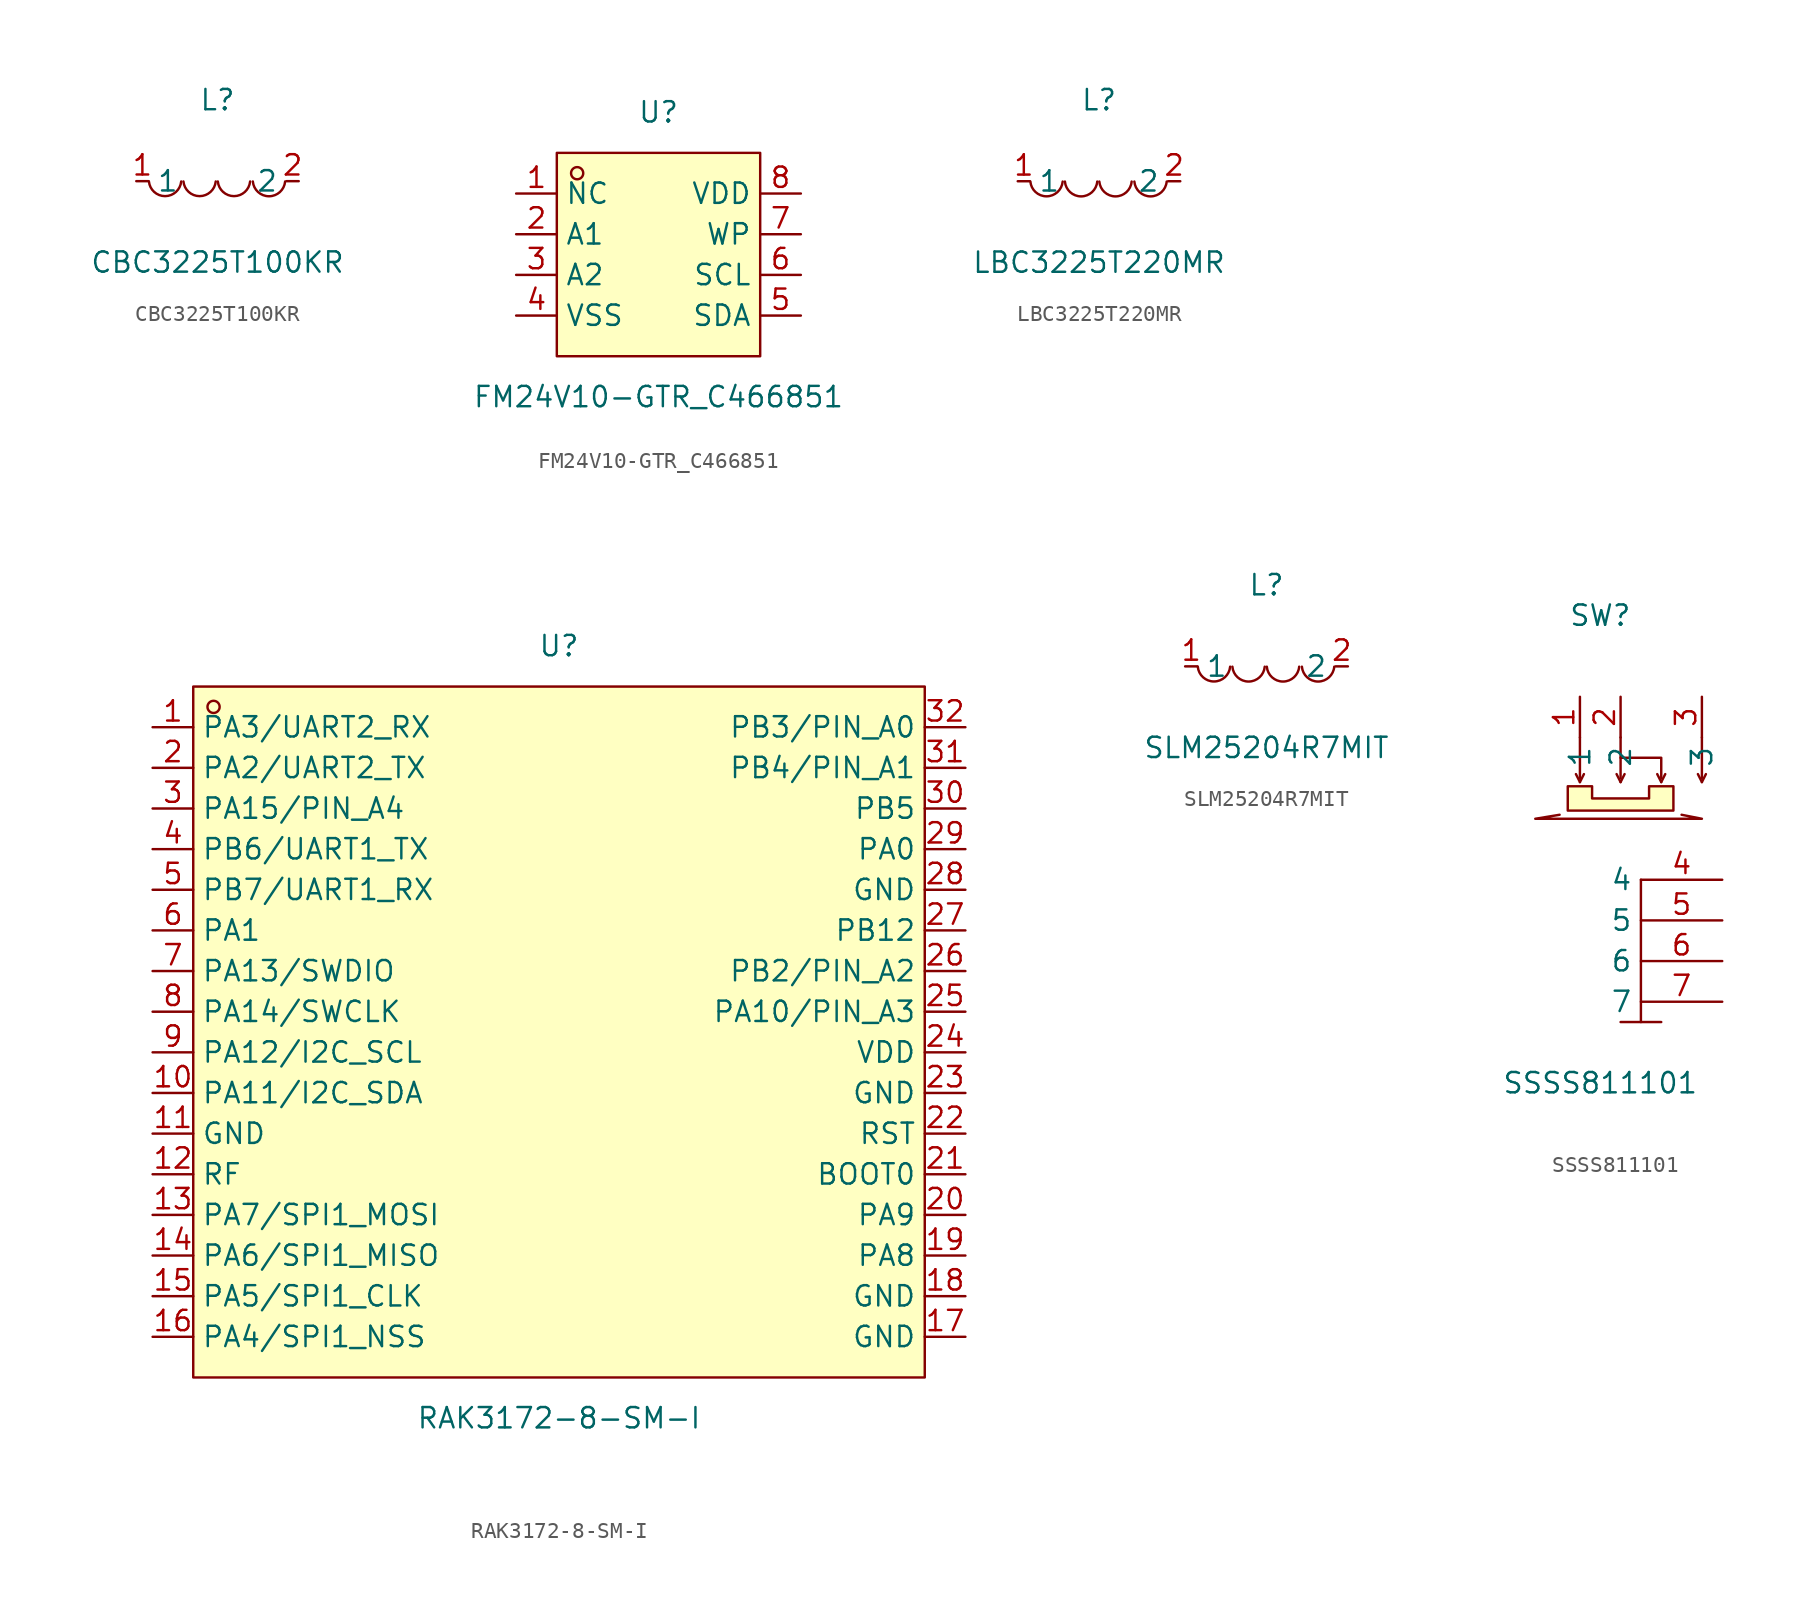
<source format=kicad_sym>
(kicad_symbol_lib
  (version 20241209)
  (generator "kicad_symbol_editor")
  (generator_version "9.0")
  (symbol "CBC3225T100KR"
    (property "Reference" "L"
      (at 0 5.08 0)
      (effects (font (size 1.27 1.27))))
    (property "Value" "CBC3225T100KR"
      (at 0 -5.08 0)
      (effects (font (size 1.27 1.27))))
    (symbol "CBC3225T100KR_0_1"
      (arc (start -2.27 -0.02) (mid -3.28 -0.937) (end -4.29 -0.02) (stroke (width 0) (type default)) (fill (type none)))
      (arc (start -0.11 -0.02) (mid -1.12 -0.937) (end -2.13 -0.02) (stroke (width 0) (type default)) (fill (type none)))
      (arc (start 2.04 -0.02) (mid 1.03 -0.937) (end 0.02 -0.02) (stroke (width 0) (type default)) (fill (type none)))
      (arc (start 4.23 -0.02) (mid 3.22 -0.9448) (end 2.21 -0.02) (stroke (width 0) (type default)) (fill (type none)))
      (pin unspecified line (at -5.08 0 0) (length 0.762) (name "1" (effects (font (size 1.27 1.27)))) (number "1" (effects (font (size 1.27 1.27)))))
      (pin unspecified line (at 5.08 0 180) (length 0.762) (name "2" (effects (font (size 1.27 1.27)))) (number "2" (effects (font (size 1.27 1.27)))))))
  (symbol "FM24V10-GTR_C466851"
    (property "Reference" "U"
      (at 0 8.89 0)
      (effects (font (size 1.27 1.27))))
    (property "Value" "FM24V10-GTR_C466851"
      (at 0 -8.89 0)
      (effects (font (size 1.27 1.27))))
    (symbol "FM24V10-GTR_C466851_0_1"
      (rectangle (start -6.35 6.35) (end 6.35 -6.35) (stroke (width 0) (type default)) (fill (type background)))
      (circle (center -5.08 5.08) (radius 0.38) (stroke (width 0) (type default)) (fill (type none)))
      (pin passive line (at -8.89 3.81 0) (length 2.54) (name "NC" (effects (font (size 1.27 1.27)))) (number "1" (effects (font (size 1.27 1.27)))))
      (pin passive line (at -8.89 1.27 0) (length 2.54) (name "A1" (effects (font (size 1.27 1.27)))) (number "2" (effects (font (size 1.27 1.27)))))
      (pin passive line (at -8.89 -1.27 0) (length 2.54) (name "A2" (effects (font (size 1.27 1.27)))) (number "3" (effects (font (size 1.27 1.27)))))
      (pin passive line (at -8.89 -3.81 0) (length 2.54) (name "VSS" (effects (font (size 1.27 1.27)))) (number "4" (effects (font (size 1.27 1.27)))))
      (pin passive line (at 8.89 3.81 180) (length 2.54) (name "VDD" (effects (font (size 1.27 1.27)))) (number "8" (effects (font (size 1.27 1.27)))))
      (pin passive line (at 8.89 1.27 180) (length 2.54) (name "WP" (effects (font (size 1.27 1.27)))) (number "7" (effects (font (size 1.27 1.27)))))
      (pin passive line (at 8.89 -1.27 180) (length 2.54) (name "SCL" (effects (font (size 1.27 1.27)))) (number "6" (effects (font (size 1.27 1.27)))))
      (pin passive line (at 8.89 -3.81 180) (length 2.54) (name "SDA" (effects (font (size 1.27 1.27)))) (number "5" (effects (font (size 1.27 1.27)))))))
  (symbol "LBC3225T220MR"
    (property "Reference" "L"
      (at 0 5.08 0)
      (effects (font (size 1.27 1.27))))
    (property "Value" "LBC3225T220MR"
      (at 0 -5.08 0)
      (effects (font (size 1.27 1.27))))
    (symbol "LBC3225T220MR_0_1"
      (arc (start -2.27 -0.02) (mid -3.28 -0.9427) (end -4.29 -0.02) (stroke (width 0) (type default)) (fill (type none)))
      (arc (start -0.11 -0.02) (mid -1.12 -0.9471) (end -2.13 -0.02) (stroke (width 0) (type default)) (fill (type none)))
      (arc (start 2.04 -0.02) (mid 1.03 -0.9471) (end 0.02 -0.02) (stroke (width 0) (type default)) (fill (type none)))
      (arc (start 4.23 -0.02) (mid 3.22 -0.9471) (end 2.21 -0.02) (stroke (width 0) (type default)) (fill (type none)))
      (pin unspecified line (at -5.08 0 0) (length 0.762) (name "1" (effects (font (size 1.27 1.27)))) (number "1" (effects (font (size 1.27 1.27)))))
      (pin unspecified line (at 5.08 0 180) (length 0.762) (name "2" (effects (font (size 1.27 1.27)))) (number "2" (effects (font (size 1.27 1.27)))))))
  (symbol "RAK3172-8-SM-I"
    (property "Reference" "U"
      (at 0 24.13 0)
      (effects (font (size 1.27 1.27))))
    (property "Value" "RAK3172-8-SM-I"
      (at 0 -24.13 0)
      (effects (font (size 1.27 1.27))))
    (symbol "RAK3172-8-SM-I_0_1"
      (rectangle (start -22.86 21.59) (end 22.86 -21.59) (stroke (width 0) (type default)) (fill (type background)))
      (circle (center -21.59 20.32) (radius 0.38) (stroke (width 0) (type default)) (fill (type none)))
      (pin passive line (at -25.4 19.05 0) (length 2.54) (name "PA3/UART2_RX" (effects (font (size 1.27 1.27)))) (number "1" (effects (font (size 1.27 1.27)))))
      (pin passive line (at -25.4 16.51 0) (length 2.54) (name "PA2/UART2_TX" (effects (font (size 1.27 1.27)))) (number "2" (effects (font (size 1.27 1.27)))))
      (pin passive line (at -25.4 13.97 0) (length 2.54) (name "PA15/PIN_A4" (effects (font (size 1.27 1.27)))) (number "3" (effects (font (size 1.27 1.27)))))
      (pin passive line (at -25.4 11.43 0) (length 2.54) (name "PB6/UART1_TX" (effects (font (size 1.27 1.27)))) (number "4" (effects (font (size 1.27 1.27)))))
      (pin passive line (at -25.4 8.89 0) (length 2.54) (name "PB7/UART1_RX" (effects (font (size 1.27 1.27)))) (number "5" (effects (font (size 1.27 1.27)))))
      (pin passive line (at -25.4 6.35 0) (length 2.54) (name "PA1" (effects (font (size 1.27 1.27)))) (number "6" (effects (font (size 1.27 1.27)))))
      (pin passive line (at -25.4 3.81 0) (length 2.54) (name "PA13/SWDIO" (effects (font (size 1.27 1.27)))) (number "7" (effects (font (size 1.27 1.27)))))
      (pin passive line (at -25.4 1.27 0) (length 2.54) (name "PA14/SWCLK" (effects (font (size 1.27 1.27)))) (number "8" (effects (font (size 1.27 1.27)))))
      (pin passive line (at -25.4 -1.27 0) (length 2.54) (name "PA12/I2C_SCL" (effects (font (size 1.27 1.27)))) (number "9" (effects (font (size 1.27 1.27)))))
      (pin passive line (at -25.4 -3.81 0) (length 2.54) (name "PA11/I2C_SDA" (effects (font (size 1.27 1.27)))) (number "10" (effects (font (size 1.27 1.27)))))
      (pin passive line (at -25.4 -6.35 0) (length 2.54) (name "GND" (effects (font (size 1.27 1.27)))) (number "11" (effects (font (size 1.27 1.27)))))
      (pin passive line (at -25.4 -8.89 0) (length 2.54) (name "RF" (effects (font (size 1.27 1.27)))) (number "12" (effects (font (size 1.27 1.27)))))
      (pin passive line (at -25.4 -11.43 0) (length 2.54) (name "PA7/SPI1_MOSI" (effects (font (size 1.27 1.27)))) (number "13" (effects (font (size 1.27 1.27)))))
      (pin passive line (at -25.4 -13.97 0) (length 2.54) (name "PA6/SPI1_MISO" (effects (font (size 1.27 1.27)))) (number "14" (effects (font (size 1.27 1.27)))))
      (pin passive line (at -25.4 -16.51 0) (length 2.54) (name "PA5/SPI1_CLK" (effects (font (size 1.27 1.27)))) (number "15" (effects (font (size 1.27 1.27)))))
      (pin passive line (at -25.4 -19.05 0) (length 2.54) (name "PA4/SPI1_NSS" (effects (font (size 1.27 1.27)))) (number "16" (effects (font (size 1.27 1.27)))))
      (pin passive line (at 25.4 19.05 180) (length 2.54) (name "PB3/PIN_A0" (effects (font (size 1.27 1.27)))) (number "32" (effects (font (size 1.27 1.27)))))
      (pin passive line (at 25.4 16.51 180) (length 2.54) (name "PB4/PIN_A1" (effects (font (size 1.27 1.27)))) (number "31" (effects (font (size 1.27 1.27)))))
      (pin passive line (at 25.4 13.97 180) (length 2.54) (name "PB5" (effects (font (size 1.27 1.27)))) (number "30" (effects (font (size 1.27 1.27)))))
      (pin passive line (at 25.4 11.43 180) (length 2.54) (name "PA0" (effects (font (size 1.27 1.27)))) (number "29" (effects (font (size 1.27 1.27)))))
      (pin passive line (at 25.4 8.89 180) (length 2.54) (name "GND" (effects (font (size 1.27 1.27)))) (number "28" (effects (font (size 1.27 1.27)))))
      (pin passive line (at 25.4 6.35 180) (length 2.54) (name "PB12" (effects (font (size 1.27 1.27)))) (number "27" (effects (font (size 1.27 1.27)))))
      (pin passive line (at 25.4 3.81 180) (length 2.54) (name "PB2/PIN_A2" (effects (font (size 1.27 1.27)))) (number "26" (effects (font (size 1.27 1.27)))))
      (pin passive line (at 25.4 1.27 180) (length 2.54) (name "PA10/PIN_A3" (effects (font (size 1.27 1.27)))) (number "25" (effects (font (size 1.27 1.27)))))
      (pin passive line (at 25.4 -1.27 180) (length 2.54) (name "VDD" (effects (font (size 1.27 1.27)))) (number "24" (effects (font (size 1.27 1.27)))))
      (pin passive line (at 25.4 -3.81 180) (length 2.54) (name "GND" (effects (font (size 1.27 1.27)))) (number "23" (effects (font (size 1.27 1.27)))))
      (pin passive line (at 25.4 -6.35 180) (length 2.54) (name "RST" (effects (font (size 1.27 1.27)))) (number "22" (effects (font (size 1.27 1.27)))))
      (pin passive line (at 25.4 -8.89 180) (length 2.54) (name "BOOT0" (effects (font (size 1.27 1.27)))) (number "21" (effects (font (size 1.27 1.27)))))
      (pin passive line (at 25.4 -11.43 180) (length 2.54) (name "PA9" (effects (font (size 1.27 1.27)))) (number "20" (effects (font (size 1.27 1.27)))))
      (pin passive line (at 25.4 -13.97 180) (length 2.54) (name "PA8" (effects (font (size 1.27 1.27)))) (number "19" (effects (font (size 1.27 1.27)))))
      (pin passive line (at 25.4 -16.51 180) (length 2.54) (name "GND" (effects (font (size 1.27 1.27)))) (number "18" (effects (font (size 1.27 1.27)))))
      (pin passive line (at 25.4 -19.05 180) (length 2.54) (name "GND" (effects (font (size 1.27 1.27)))) (number "17" (effects (font (size 1.27 1.27)))))))
  (symbol "SLM25204R7MIT"
    (property "Reference" "L"
      (at 0 5.08 0)
      (effects (font (size 1.27 1.27))))
    (property "Value" "SLM25204R7MIT"
      (at 0 -5.08 0)
      (effects (font (size 1.27 1.27))))
    (symbol "SLM25204R7MIT_0_1"
      (arc (start -2.27 -0.02) (mid -3.28 -0.9427) (end -4.29 -0.02) (stroke (width 0) (type default)) (fill (type none)))
      (arc (start -0.11 -0.02) (mid -1.12 -0.9471) (end -2.13 -0.02) (stroke (width 0) (type default)) (fill (type none)))
      (arc (start 2.04 -0.02) (mid 1.03 -0.9471) (end 0.02 -0.02) (stroke (width 0) (type default)) (fill (type none)))
      (arc (start 4.23 -0.02) (mid 3.22 -0.9471) (end 2.21 -0.02) (stroke (width 0) (type default)) (fill (type none)))
      (pin unspecified line (at -5.08 0 0) (length 0.762) (name "1" (effects (font (size 1.27 1.27)))) (number "1" (effects (font (size 1.27 1.27)))))
      (pin unspecified line (at 5.08 0 180) (length 0.762) (name "2" (effects (font (size 1.27 1.27)))) (number "2" (effects (font (size 1.27 1.27)))))))
  (symbol "SSSS811101"
    (property "Reference" "SW"
      (at 0 8.89 0)
      (effects (font (size 1.27 1.27))))
    (property "Value" "SSSS811101"
      (at 0 -20.32 0)
      (effects (font (size 1.27 1.27))))
    (symbol "SSSS811101_0_1"
      (polyline (pts (xy -1.27 1.27) (xy -1.27 -1.27)) (stroke (width 0) (type default)) (fill (type none)))
      (polyline (pts (xy -1.27 -1.52) (xy -1.52 -1.02)) (stroke (width 0) (type default)) (fill (type none)))
      (polyline (pts (xy -1.27 -1.52) (xy -1.02 -1.02)) (stroke (width 0) (type default)) (fill (type none)))
      (polyline (pts (xy 1.27 1.27) (xy 1.27 -1.27)) (stroke (width 0) (type default)) (fill (type none)))
      (polyline (pts (xy 1.27 0) (xy 3.81 0) (xy 3.81 -1.27)) (stroke (width 0) (type default)) (fill (type none)))
      (polyline (pts (xy 1.27 -1.52) (xy 1.02 -1.02)) (stroke (width 0) (type default)) (fill (type none)))
      (polyline (pts (xy 1.27 -1.52) (xy 1.52 -1.02)) (stroke (width 0) (type default)) (fill (type none)))
      (polyline (pts (xy 1.27 -16.51) (xy 3.81 -16.51)) (stroke (width 0) (type default)) (fill (type none)))
      (polyline (pts (xy 2.54 -7.62) (xy 2.54 -16.51)) (stroke (width 0) (type default)) (fill (type none)))
      (polyline (pts (xy 3.81 -1.52) (xy 3.56 -1.02)) (stroke (width 0) (type default)) (fill (type none)))
      (polyline (pts (xy 3.81 -1.52) (xy 4.06 -1.02)) (stroke (width 0) (type default)) (fill (type none)))
      (polyline (pts (xy 4.57 -1.78) (xy 4.57 -3.3) (xy -2.03 -3.3) (xy -2.03 -1.78) (xy -0.51 -1.78) (xy -0.51 -2.54) (xy 3.05 -2.54) (xy 3.05 -1.78) (xy 4.57 -1.78)) (stroke (width 0) (type default)) (fill (type background)))
      (polyline (pts (xy 5.08 -3.56) (xy 6.35 -3.81) (xy -4.06 -3.81) (xy -2.54 -3.56)) (stroke (width 0) (type default)) (fill (type none)))
      (polyline (pts (xy 6.35 1.27) (xy 6.35 -1.27)) (stroke (width 0) (type default)) (fill (type none)))
      (polyline (pts (xy 6.35 -1.52) (xy 6.1 -1.02)) (stroke (width 0) (type default)) (fill (type none)))
      (polyline (pts (xy 6.35 -1.52) (xy 6.6 -1.02)) (stroke (width 0) (type default)) (fill (type none)))
      (pin passive line (at -1.27 3.81 270) (length 2.54) (name "1" (effects (font (size 1.27 1.27)))) (number "1" (effects (font (size 1.27 1.27)))))
      (pin passive line (at 1.27 3.81 270) (length 2.54) (name "2" (effects (font (size 1.27 1.27)))) (number "2" (effects (font (size 1.27 1.27)))))
      (pin passive line (at 6.35 3.81 270) (length 2.54) (name "3" (effects (font (size 1.27 1.27)))) (number "3" (effects (font (size 1.27 1.27)))))
      (pin passive line (at 7.62 -7.62 180) (length 5.08) (name "4" (effects (font (size 1.27 1.27)))) (number "4" (effects (font (size 1.27 1.27)))))
      (pin passive line (at 7.62 -10.16 180) (length 5.08) (name "5" (effects (font (size 1.27 1.27)))) (number "5" (effects (font (size 1.27 1.27)))))
      (pin passive line (at 7.62 -12.7 180) (length 5.08) (name "6" (effects (font (size 1.27 1.27)))) (number "6" (effects (font (size 1.27 1.27)))))
      (pin passive line (at 7.62 -15.24 180) (length 5.08) (name "7" (effects (font (size 1.27 1.27)))) (number "7" (effects (font (size 1.27 1.27))))))))
</source>
